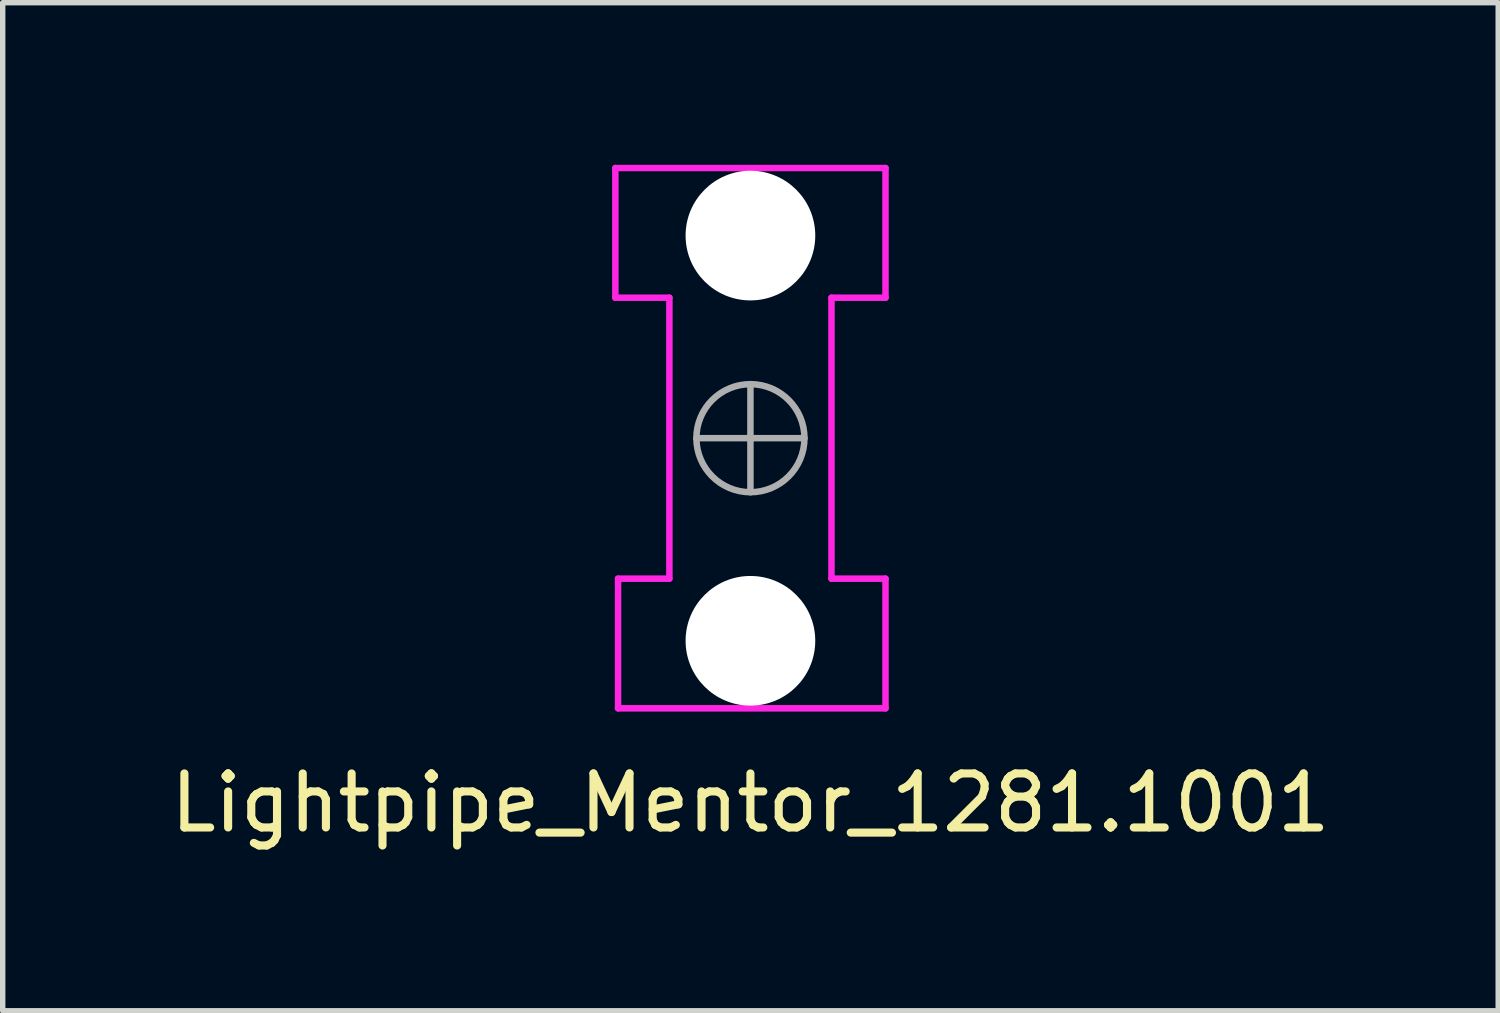
<source format=kicad_pcb>
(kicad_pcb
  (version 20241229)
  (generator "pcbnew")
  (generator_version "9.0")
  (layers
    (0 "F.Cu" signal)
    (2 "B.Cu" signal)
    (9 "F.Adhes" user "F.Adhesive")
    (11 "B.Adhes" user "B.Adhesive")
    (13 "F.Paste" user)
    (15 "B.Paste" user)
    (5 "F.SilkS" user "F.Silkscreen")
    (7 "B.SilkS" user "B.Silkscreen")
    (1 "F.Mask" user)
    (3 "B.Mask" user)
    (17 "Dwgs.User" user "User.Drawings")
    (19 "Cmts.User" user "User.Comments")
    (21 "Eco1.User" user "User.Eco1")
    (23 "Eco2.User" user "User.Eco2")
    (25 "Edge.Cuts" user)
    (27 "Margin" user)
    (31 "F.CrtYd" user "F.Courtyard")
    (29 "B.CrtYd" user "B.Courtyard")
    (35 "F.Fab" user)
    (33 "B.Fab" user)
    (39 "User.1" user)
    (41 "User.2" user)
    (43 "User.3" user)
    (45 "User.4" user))
  (footprint "Lightpipe_Mentor_1281.1001"
    (layer "F.Cu")
    (at 10.839 8.81)
    (property "Reference" "Lightpipe_Mentor_1281.1001" (at 0 3 0) (layer "F.SilkS") (effects (font (size 1 1) (thickness 0.15))))
    (attr through_hole)
    (fp_line (start -2.5 -8.75) (end -2.5 -6.35) (stroke (width 0.12) (type solid)) (layer "F.CrtYd"))
    (fp_line (start -2.5 -8.75) (end 2.5 -8.75) (stroke (width 0.12) (type solid)) (layer "F.CrtYd"))
    (fp_line (start -2.5 -6.35) (end -1.5 -6.35) (stroke (width 0.12) (type solid)) (layer "F.CrtYd"))
    (fp_line (start -2.45 -1.15) (end -2.45 1.25) (stroke (width 0.12) (type solid)) (layer "F.CrtYd"))
    (fp_line (start -2.45 -1.15) (end -1.5 -1.15) (stroke (width 0.12) (type solid)) (layer "F.CrtYd"))
    (fp_line (start -1.5 -1.15) (end -1.5 -6.35) (stroke (width 0.12) (type solid)) (layer "F.CrtYd"))
    (fp_line (start 1.5 -6.35) (end 1.5 -1.15) (stroke (width 0.12) (type solid)) (layer "F.CrtYd"))
    (fp_line (start 1.5 -1.15) (end 2.5 -1.15) (stroke (width 0.12) (type solid)) (layer "F.CrtYd"))
    (fp_line (start 2.5 -6.35) (end 1.5 -6.35) (stroke (width 0.12) (type solid)) (layer "F.CrtYd"))
    (fp_line (start 2.5 -6.35) (end 2.5 -8.75) (stroke (width 0.12) (type solid)) (layer "F.CrtYd"))
    (fp_line (start 2.5 1.25) (end -2.45 1.25) (stroke (width 0.12) (type solid)) (layer "F.CrtYd"))
    (fp_line (start 2.5 1.25) (end 2.5 -1.15) (stroke (width 0.12) (type solid)) (layer "F.CrtYd"))
    (fp_line (start -1 -3.75) (end 1 -3.75) (stroke (width 0.12) (type solid)) (layer "F.Fab"))
    (fp_line (start 0 -4.75) (end 0 -2.75) (stroke (width 0.12) (type solid)) (layer "F.Fab"))
    (fp_circle (center 0 -3.75) (end 1 -3.75) (stroke (width 0.12) (type solid)) (fill no) (layer "F.Fab"))
    (pad "" np_thru_hole circle (at 0 -7.5) (size 2.4 2.4) (drill 2.4) (layers "*.Cu" "*.Mask"))
    (pad "" np_thru_hole circle (at 0 0) (size 2.4 2.4) (drill 2.4) (layers "*.Cu" "*.Mask")))
  (gr_rect
    (start -3 -3)
    (end 24.679 15.658)
    (stroke (width 0.1) (type default))
    (fill no)
    (layer "Edge.Cuts")))
</source>
